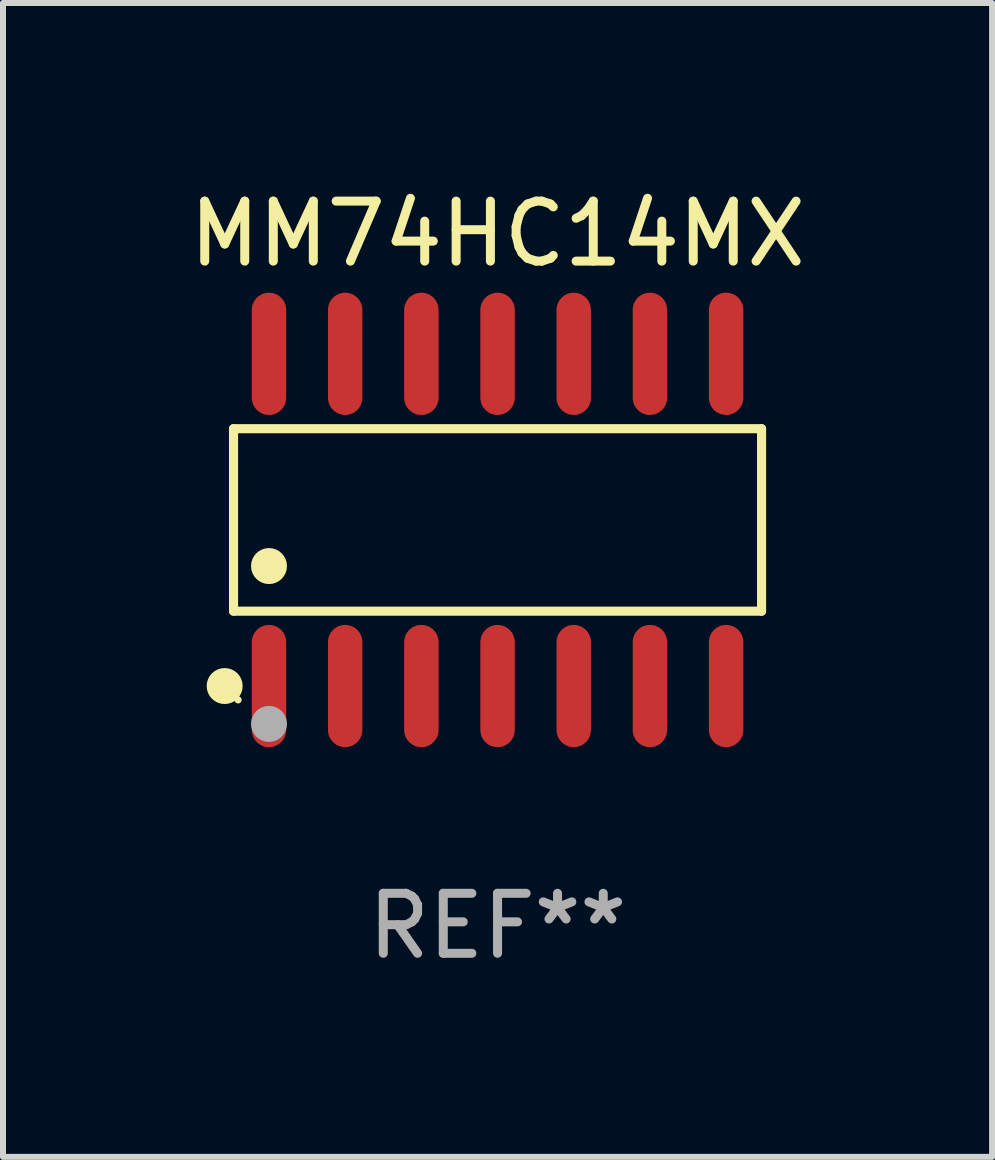
<source format=kicad_pcb>
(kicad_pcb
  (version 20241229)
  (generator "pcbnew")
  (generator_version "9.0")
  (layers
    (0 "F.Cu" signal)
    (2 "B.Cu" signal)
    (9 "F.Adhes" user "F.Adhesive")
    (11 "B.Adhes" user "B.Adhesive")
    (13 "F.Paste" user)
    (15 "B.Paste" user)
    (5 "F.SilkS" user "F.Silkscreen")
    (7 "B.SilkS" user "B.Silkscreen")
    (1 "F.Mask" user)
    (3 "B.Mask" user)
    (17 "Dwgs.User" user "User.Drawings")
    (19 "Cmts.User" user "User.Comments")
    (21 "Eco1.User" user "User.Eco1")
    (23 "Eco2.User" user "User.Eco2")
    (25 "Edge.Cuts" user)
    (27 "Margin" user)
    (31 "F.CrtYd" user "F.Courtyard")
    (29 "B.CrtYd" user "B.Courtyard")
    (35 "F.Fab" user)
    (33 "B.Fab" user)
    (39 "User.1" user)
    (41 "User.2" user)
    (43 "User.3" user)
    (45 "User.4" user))
  (footprint "MM74HC14MX"
    (layer "F.Cu")
    (at 5.244 5.617)
    (property "Reference" "MM74HC14MX" (at 0 -4.769 0) (layer "F.SilkS") (effects (font (size 1 1) (thickness 0.15))))
    (attr through_hole)
    (fp_line (start -4.401 -1.521) (end 4.401 -1.521) (stroke (width 0.152) (type solid)) (layer "F.SilkS"))
    (fp_line (start -4.401 1.521) (end -4.401 -1.521) (stroke (width 0.152) (type solid)) (layer "F.SilkS"))
    (fp_line (start 4.401 -1.521) (end 4.401 1.521) (stroke (width 0.152) (type solid)) (layer "F.SilkS"))
    (fp_line (start 4.401 1.521) (end -4.401 1.521) (stroke (width 0.152) (type solid)) (layer "F.SilkS"))
    (fp_circle (center -4.549 2.769) (end -4.399 2.769) (stroke (width 0.3) (type solid)) (fill no) (layer "F.SilkS"))
    (fp_circle (center -4.325 3) (end -4.295 3) (stroke (width 0.06) (type solid)) (fill no) (layer "F.SilkS"))
    (fp_circle (center -3.81 0.769) (end -3.66 0.769) (stroke (width 0.3) (type solid)) (fill no) (layer "F.SilkS"))
    (fp_circle (center -3.81 3.4) (end -3.66 3.4) (stroke (width 0.3) (type solid)) (fill no) (layer "F.Fab"))
    (fp_text user "REF**" (at 0 6.769 0) (layer "F.Fab") (effects (font (size 1 1) (thickness 0.15))))
    (pad "1" smd oval (at -3.81 2.769) (size 0.574 2.038) (layers "F.Cu" "F.Mask" "F.Paste"))
    (pad "2" smd oval (at -2.54 2.769) (size 0.574 2.038) (layers "F.Cu" "F.Mask" "F.Paste"))
    (pad "3" smd oval (at -1.27 2.769) (size 0.574 2.038) (layers "F.Cu" "F.Mask" "F.Paste"))
    (pad "4" smd oval (at 0 2.769) (size 0.574 2.038) (layers "F.Cu" "F.Mask" "F.Paste"))
    (pad "5" smd oval (at 1.27 2.769) (size 0.574 2.038) (layers "F.Cu" "F.Mask" "F.Paste"))
    (pad "6" smd oval (at 2.54 2.769) (size 0.574 2.038) (layers "F.Cu" "F.Mask" "F.Paste"))
    (pad "7" smd oval (at 3.81 2.769) (size 0.574 2.038) (layers "F.Cu" "F.Mask" "F.Paste"))
    (pad "8" smd oval (at 3.81 -2.769) (size 0.574 2.038) (layers "F.Cu" "F.Mask" "F.Paste"))
    (pad "9" smd oval (at 2.54 -2.769) (size 0.574 2.038) (layers "F.Cu" "F.Mask" "F.Paste"))
    (pad "10" smd oval (at 1.27 -2.769) (size 0.574 2.038) (layers "F.Cu" "F.Mask" "F.Paste"))
    (pad "11" smd oval (at 0 -2.769) (size 0.574 2.038) (layers "F.Cu" "F.Mask" "F.Paste"))
    (pad "12" smd oval (at -1.27 -2.769) (size 0.574 2.038) (layers "F.Cu" "F.Mask" "F.Paste"))
    (pad "13" smd oval (at -2.54 -2.769) (size 0.574 2.038) (layers "F.Cu" "F.Mask" "F.Paste"))
    (pad "14" smd oval (at -3.81 -2.769) (size 0.574 2.038) (layers "F.Cu" "F.Mask" "F.Paste")))
  (gr_rect
    (start -3 -3)
    (end 13.488 16.235)
    (stroke (width 0.1) (type default))
    (fill no)
    (layer "Edge.Cuts")))
</source>
